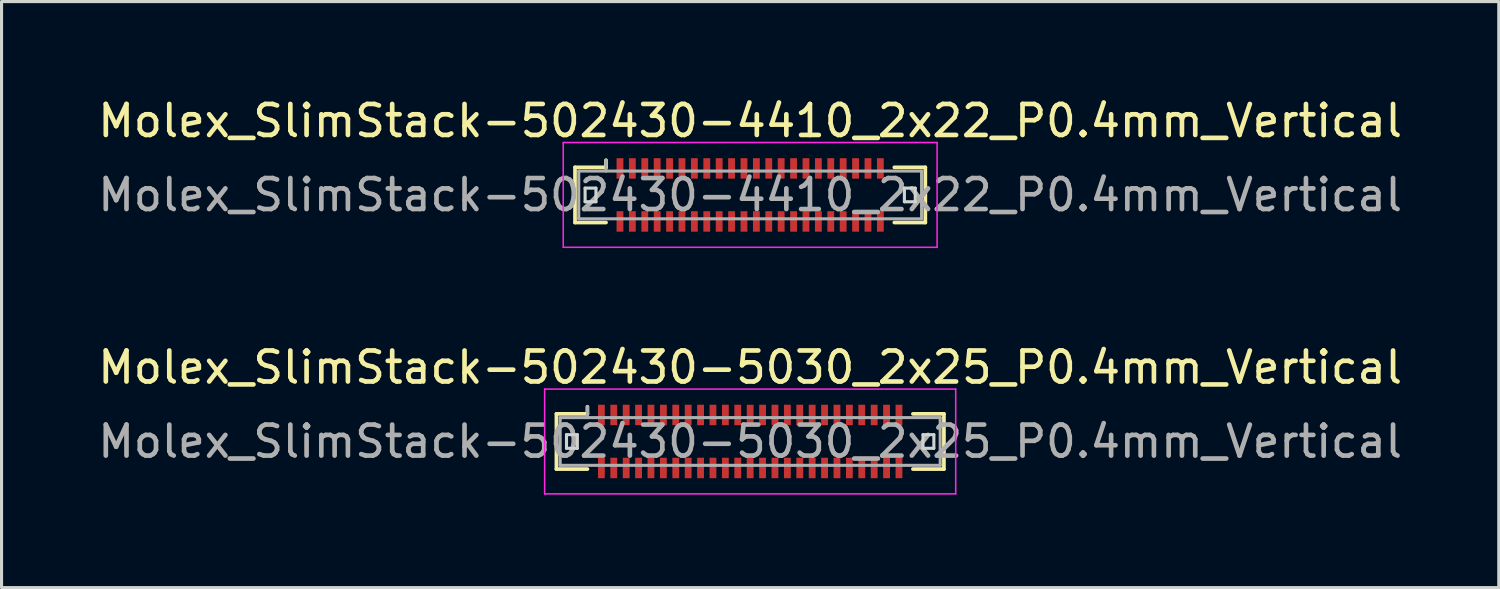
<source format=kicad_pcb>
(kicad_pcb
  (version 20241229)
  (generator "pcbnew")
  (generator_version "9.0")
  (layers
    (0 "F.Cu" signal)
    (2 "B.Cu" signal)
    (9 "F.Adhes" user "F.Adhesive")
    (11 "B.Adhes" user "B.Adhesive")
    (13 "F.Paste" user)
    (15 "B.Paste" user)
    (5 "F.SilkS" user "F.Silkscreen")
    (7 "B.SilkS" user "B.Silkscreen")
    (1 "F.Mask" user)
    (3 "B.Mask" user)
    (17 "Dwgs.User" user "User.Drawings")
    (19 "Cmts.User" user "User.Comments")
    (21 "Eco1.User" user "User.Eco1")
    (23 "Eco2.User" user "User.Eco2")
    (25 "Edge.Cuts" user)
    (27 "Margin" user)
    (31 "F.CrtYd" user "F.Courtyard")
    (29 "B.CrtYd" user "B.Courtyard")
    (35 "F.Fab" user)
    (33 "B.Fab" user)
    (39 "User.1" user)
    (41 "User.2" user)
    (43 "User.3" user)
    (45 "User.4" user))
  (footprint "Molex_SlimStack-502430-4410_2x22_P0.4mm_Vertical"
    (layer "F.Cu")
    (at 21.149 3.238)
    (property "Reference" "Molex_SlimStack-502430-4410_2x22_P0.4mm_Vertical" (at 0 -2.39 0) (layer "F.SilkS") (effects (font (size 1 1) (thickness 0.15))))
    (attr smd)
    (fp_line (start -5.65 -0.89) (end -4.65 -0.89) (stroke (width 0.12) (type solid)) (layer "F.SilkS"))
    (fp_line (start -5.65 0.89) (end -5.65 -0.89) (stroke (width 0.12) (type solid)) (layer "F.SilkS"))
    (fp_line (start -4.65 -0.89) (end -4.65 -1.12) (stroke (width 0.12) (type solid)) (layer "F.SilkS"))
    (fp_line (start -4.65 0.89) (end -5.65 0.89) (stroke (width 0.12) (type solid)) (layer "F.SilkS"))
    (fp_line (start 4.65 0.89) (end 5.65 0.89) (stroke (width 0.12) (type solid)) (layer "F.SilkS"))
    (fp_line (start 5.65 -0.89) (end 4.65 -0.89) (stroke (width 0.12) (type solid)) (layer "F.SilkS"))
    (fp_line (start 5.65 0.89) (end 5.65 -0.89) (stroke (width 0.12) (type solid)) (layer "F.SilkS"))
    (fp_line (start -5.325 -0.22) (end -5.325 0.22) (stroke (width 0.1) (type solid)) (layer "Edge.Cuts"))
    (fp_line (start -5.325 0.22) (end -4.975 0.22) (stroke (width 0.1) (type solid)) (layer "Edge.Cuts"))
    (fp_line (start -4.975 -0.22) (end -5.325 -0.22) (stroke (width 0.1) (type solid)) (layer "Edge.Cuts"))
    (fp_line (start -4.975 0.22) (end -4.975 -0.22) (stroke (width 0.1) (type solid)) (layer "Edge.Cuts"))
    (fp_line (start 4.975 -0.22) (end 4.975 0.22) (stroke (width 0.1) (type solid)) (layer "Edge.Cuts"))
    (fp_line (start 4.975 0.22) (end 5.325 0.22) (stroke (width 0.1) (type solid)) (layer "Edge.Cuts"))
    (fp_line (start 5.325 -0.22) (end 4.975 -0.22) (stroke (width 0.1) (type solid)) (layer "Edge.Cuts"))
    (fp_line (start 5.325 0.22) (end 5.325 -0.22) (stroke (width 0.1) (type solid)) (layer "Edge.Cuts"))
    (fp_line (start -6.03 -1.69) (end -6.03 1.69) (stroke (width 0.05) (type solid)) (layer "F.CrtYd"))
    (fp_line (start -6.03 1.69) (end 6.03 1.69) (stroke (width 0.05) (type solid)) (layer "F.CrtYd"))
    (fp_line (start 6.03 -1.69) (end -6.03 -1.69) (stroke (width 0.05) (type solid)) (layer "F.CrtYd"))
    (fp_line (start 6.03 1.69) (end 6.03 -1.69) (stroke (width 0.05) (type solid)) (layer "F.CrtYd"))
    (fp_line (start -5.53 -0.77) (end -5.53 0.77) (stroke (width 0.1) (type solid)) (layer "F.Fab"))
    (fp_line (start -5.53 0.77) (end 5.53 0.77) (stroke (width 0.1) (type solid)) (layer "F.Fab"))
    (fp_line (start -4.65 -0.77) (end -4.65 -1.12) (stroke (width 0.1) (type solid)) (layer "F.Fab"))
    (fp_line (start 5.53 -0.77) (end -5.53 -0.77) (stroke (width 0.1) (type solid)) (layer "F.Fab"))
    (fp_line (start 5.53 0.77) (end 5.53 -0.77) (stroke (width 0.1) (type solid)) (layer "F.Fab"))
    (fp_text user "${REFERENCE}" (at 0 0 0) (layer "F.Fab") (effects (font (size 1 1) (thickness 0.15))))
    (pad "1" smd rect (at -4.2 -0.855) (size 0.22 0.66) (layers "F.Cu" "F.Mask" "F.Paste"))
    (pad "2" smd rect (at -4.2 0.855) (size 0.22 0.66) (layers "F.Cu" "F.Mask" "F.Paste"))
    (pad "3" smd rect (at -3.8 -0.855) (size 0.22 0.66) (layers "F.Cu" "F.Mask" "F.Paste"))
    (pad "4" smd rect (at -3.8 0.855) (size 0.22 0.66) (layers "F.Cu" "F.Mask" "F.Paste"))
    (pad "5" smd rect (at -3.4 -0.855) (size 0.22 0.66) (layers "F.Cu" "F.Mask" "F.Paste"))
    (pad "6" smd rect (at -3.4 0.855) (size 0.22 0.66) (layers "F.Cu" "F.Mask" "F.Paste"))
    (pad "7" smd rect (at -3 -0.855) (size 0.22 0.66) (layers "F.Cu" "F.Mask" "F.Paste"))
    (pad "8" smd rect (at -3 0.855) (size 0.22 0.66) (layers "F.Cu" "F.Mask" "F.Paste"))
    (pad "9" smd rect (at -2.6 -0.855) (size 0.22 0.66) (layers "F.Cu" "F.Mask" "F.Paste"))
    (pad "10" smd rect (at -2.6 0.855) (size 0.22 0.66) (layers "F.Cu" "F.Mask" "F.Paste"))
    (pad "11" smd rect (at -2.2 -0.855) (size 0.22 0.66) (layers "F.Cu" "F.Mask" "F.Paste"))
    (pad "12" smd rect (at -2.2 0.855) (size 0.22 0.66) (layers "F.Cu" "F.Mask" "F.Paste"))
    (pad "13" smd rect (at -1.8 -0.855) (size 0.22 0.66) (layers "F.Cu" "F.Mask" "F.Paste"))
    (pad "14" smd rect (at -1.8 0.855) (size 0.22 0.66) (layers "F.Cu" "F.Mask" "F.Paste"))
    (pad "15" smd rect (at -1.4 -0.855) (size 0.22 0.66) (layers "F.Cu" "F.Mask" "F.Paste"))
    (pad "16" smd rect (at -1.4 0.855) (size 0.22 0.66) (layers "F.Cu" "F.Mask" "F.Paste"))
    (pad "17" smd rect (at -1 -0.855) (size 0.22 0.66) (layers "F.Cu" "F.Mask" "F.Paste"))
    (pad "18" smd rect (at -1 0.855) (size 0.22 0.66) (layers "F.Cu" "F.Mask" "F.Paste"))
    (pad "19" smd rect (at -0.6 -0.855) (size 0.22 0.66) (layers "F.Cu" "F.Mask" "F.Paste"))
    (pad "20" smd rect (at -0.6 0.855) (size 0.22 0.66) (layers "F.Cu" "F.Mask" "F.Paste"))
    (pad "21" smd rect (at -0.2 -0.855) (size 0.22 0.66) (layers "F.Cu" "F.Mask" "F.Paste"))
    (pad "22" smd rect (at -0.2 0.855) (size 0.22 0.66) (layers "F.Cu" "F.Mask" "F.Paste"))
    (pad "23" smd rect (at 0.2 -0.855) (size 0.22 0.66) (layers "F.Cu" "F.Mask" "F.Paste"))
    (pad "24" smd rect (at 0.2 0.855) (size 0.22 0.66) (layers "F.Cu" "F.Mask" "F.Paste"))
    (pad "25" smd rect (at 0.6 -0.855) (size 0.22 0.66) (layers "F.Cu" "F.Mask" "F.Paste"))
    (pad "26" smd rect (at 0.6 0.855) (size 0.22 0.66) (layers "F.Cu" "F.Mask" "F.Paste"))
    (pad "27" smd rect (at 1 -0.855) (size 0.22 0.66) (layers "F.Cu" "F.Mask" "F.Paste"))
    (pad "28" smd rect (at 1 0.855) (size 0.22 0.66) (layers "F.Cu" "F.Mask" "F.Paste"))
    (pad "29" smd rect (at 1.4 -0.855) (size 0.22 0.66) (layers "F.Cu" "F.Mask" "F.Paste"))
    (pad "30" smd rect (at 1.4 0.855) (size 0.22 0.66) (layers "F.Cu" "F.Mask" "F.Paste"))
    (pad "31" smd rect (at 1.8 -0.855) (size 0.22 0.66) (layers "F.Cu" "F.Mask" "F.Paste"))
    (pad "32" smd rect (at 1.8 0.855) (size 0.22 0.66) (layers "F.Cu" "F.Mask" "F.Paste"))
    (pad "33" smd rect (at 2.2 -0.855) (size 0.22 0.66) (layers "F.Cu" "F.Mask" "F.Paste"))
    (pad "34" smd rect (at 2.2 0.855) (size 0.22 0.66) (layers "F.Cu" "F.Mask" "F.Paste"))
    (pad "35" smd rect (at 2.6 -0.855) (size 0.22 0.66) (layers "F.Cu" "F.Mask" "F.Paste"))
    (pad "36" smd rect (at 2.6 0.855) (size 0.22 0.66) (layers "F.Cu" "F.Mask" "F.Paste"))
    (pad "37" smd rect (at 3 -0.855) (size 0.22 0.66) (layers "F.Cu" "F.Mask" "F.Paste"))
    (pad "38" smd rect (at 3 0.855) (size 0.22 0.66) (layers "F.Cu" "F.Mask" "F.Paste"))
    (pad "39" smd rect (at 3.4 -0.855) (size 0.22 0.66) (layers "F.Cu" "F.Mask" "F.Paste"))
    (pad "40" smd rect (at 3.4 0.855) (size 0.22 0.66) (layers "F.Cu" "F.Mask" "F.Paste"))
    (pad "41" smd rect (at 3.8 -0.855) (size 0.22 0.66) (layers "F.Cu" "F.Mask" "F.Paste"))
    (pad "42" smd rect (at 3.8 0.855) (size 0.22 0.66) (layers "F.Cu" "F.Mask" "F.Paste"))
    (pad "43" smd rect (at 4.2 -0.855) (size 0.22 0.66) (layers "F.Cu" "F.Mask" "F.Paste"))
    (pad "44" smd rect (at 4.2 0.855) (size 0.22 0.66) (layers "F.Cu" "F.Mask" "F.Paste")))
  (footprint "Molex_SlimStack-502430-5030_2x25_P0.4mm_Vertical"
    (layer "F.Cu")
    (at 21.149 11.191)
    (property "Reference" "Molex_SlimStack-502430-5030_2x25_P0.4mm_Vertical" (at 0 -2.39 0) (layer "F.SilkS") (effects (font (size 1 1) (thickness 0.15))))
    (attr smd)
    (fp_line (start -6.25 -0.89) (end -5.25 -0.89) (stroke (width 0.12) (type solid)) (layer "F.SilkS"))
    (fp_line (start -6.25 0.89) (end -6.25 -0.89) (stroke (width 0.12) (type solid)) (layer "F.SilkS"))
    (fp_line (start -5.25 -0.89) (end -5.25 -1.12) (stroke (width 0.12) (type solid)) (layer "F.SilkS"))
    (fp_line (start -5.25 0.89) (end -6.25 0.89) (stroke (width 0.12) (type solid)) (layer "F.SilkS"))
    (fp_line (start 5.25 0.89) (end 6.25 0.89) (stroke (width 0.12) (type solid)) (layer "F.SilkS"))
    (fp_line (start 6.25 -0.89) (end 5.25 -0.89) (stroke (width 0.12) (type solid)) (layer "F.SilkS"))
    (fp_line (start 6.25 0.89) (end 6.25 -0.89) (stroke (width 0.12) (type solid)) (layer "F.SilkS"))
    (fp_line (start -5.925 -0.22) (end -5.925 0.22) (stroke (width 0.1) (type solid)) (layer "Edge.Cuts"))
    (fp_line (start -5.925 0.22) (end -5.575 0.22) (stroke (width 0.1) (type solid)) (layer "Edge.Cuts"))
    (fp_line (start -5.575 -0.22) (end -5.925 -0.22) (stroke (width 0.1) (type solid)) (layer "Edge.Cuts"))
    (fp_line (start -5.575 0.22) (end -5.575 -0.22) (stroke (width 0.1) (type solid)) (layer "Edge.Cuts"))
    (fp_line (start 5.575 -0.22) (end 5.575 0.22) (stroke (width 0.1) (type solid)) (layer "Edge.Cuts"))
    (fp_line (start 5.575 0.22) (end 5.925 0.22) (stroke (width 0.1) (type solid)) (layer "Edge.Cuts"))
    (fp_line (start 5.925 -0.22) (end 5.575 -0.22) (stroke (width 0.1) (type solid)) (layer "Edge.Cuts"))
    (fp_line (start 5.925 0.22) (end 5.925 -0.22) (stroke (width 0.1) (type solid)) (layer "Edge.Cuts"))
    (fp_line (start -6.63 -1.69) (end -6.63 1.69) (stroke (width 0.05) (type solid)) (layer "F.CrtYd"))
    (fp_line (start -6.63 1.69) (end 6.63 1.69) (stroke (width 0.05) (type solid)) (layer "F.CrtYd"))
    (fp_line (start 6.63 -1.69) (end -6.63 -1.69) (stroke (width 0.05) (type solid)) (layer "F.CrtYd"))
    (fp_line (start 6.63 1.69) (end 6.63 -1.69) (stroke (width 0.05) (type solid)) (layer "F.CrtYd"))
    (fp_line (start -6.13 -0.77) (end -6.13 0.77) (stroke (width 0.1) (type solid)) (layer "F.Fab"))
    (fp_line (start -6.13 0.77) (end 6.13 0.77) (stroke (width 0.1) (type solid)) (layer "F.Fab"))
    (fp_line (start -5.25 -0.77) (end -5.25 -1.12) (stroke (width 0.1) (type solid)) (layer "F.Fab"))
    (fp_line (start 6.13 -0.77) (end -6.13 -0.77) (stroke (width 0.1) (type solid)) (layer "F.Fab"))
    (fp_line (start 6.13 0.77) (end 6.13 -0.77) (stroke (width 0.1) (type solid)) (layer "F.Fab"))
    (fp_text user "${REFERENCE}" (at 0 0 0) (layer "F.Fab") (effects (font (size 1 1) (thickness 0.15))))
    (pad "1" smd rect (at -4.8 -0.855) (size 0.22 0.66) (layers "F.Cu" "F.Mask" "F.Paste"))
    (pad "2" smd rect (at -4.8 0.855) (size 0.22 0.66) (layers "F.Cu" "F.Mask" "F.Paste"))
    (pad "3" smd rect (at -4.4 -0.855) (size 0.22 0.66) (layers "F.Cu" "F.Mask" "F.Paste"))
    (pad "4" smd rect (at -4.4 0.855) (size 0.22 0.66) (layers "F.Cu" "F.Mask" "F.Paste"))
    (pad "5" smd rect (at -4 -0.855) (size 0.22 0.66) (layers "F.Cu" "F.Mask" "F.Paste"))
    (pad "6" smd rect (at -4 0.855) (size 0.22 0.66) (layers "F.Cu" "F.Mask" "F.Paste"))
    (pad "7" smd rect (at -3.6 -0.855) (size 0.22 0.66) (layers "F.Cu" "F.Mask" "F.Paste"))
    (pad "8" smd rect (at -3.6 0.855) (size 0.22 0.66) (layers "F.Cu" "F.Mask" "F.Paste"))
    (pad "9" smd rect (at -3.2 -0.855) (size 0.22 0.66) (layers "F.Cu" "F.Mask" "F.Paste"))
    (pad "10" smd rect (at -3.2 0.855) (size 0.22 0.66) (layers "F.Cu" "F.Mask" "F.Paste"))
    (pad "11" smd rect (at -2.8 -0.855) (size 0.22 0.66) (layers "F.Cu" "F.Mask" "F.Paste"))
    (pad "12" smd rect (at -2.8 0.855) (size 0.22 0.66) (layers "F.Cu" "F.Mask" "F.Paste"))
    (pad "13" smd rect (at -2.4 -0.855) (size 0.22 0.66) (layers "F.Cu" "F.Mask" "F.Paste"))
    (pad "14" smd rect (at -2.4 0.855) (size 0.22 0.66) (layers "F.Cu" "F.Mask" "F.Paste"))
    (pad "15" smd rect (at -2 -0.855) (size 0.22 0.66) (layers "F.Cu" "F.Mask" "F.Paste"))
    (pad "16" smd rect (at -2 0.855) (size 0.22 0.66) (layers "F.Cu" "F.Mask" "F.Paste"))
    (pad "17" smd rect (at -1.6 -0.855) (size 0.22 0.66) (layers "F.Cu" "F.Mask" "F.Paste"))
    (pad "18" smd rect (at -1.6 0.855) (size 0.22 0.66) (layers "F.Cu" "F.Mask" "F.Paste"))
    (pad "19" smd rect (at -1.2 -0.855) (size 0.22 0.66) (layers "F.Cu" "F.Mask" "F.Paste"))
    (pad "20" smd rect (at -1.2 0.855) (size 0.22 0.66) (layers "F.Cu" "F.Mask" "F.Paste"))
    (pad "21" smd rect (at -0.8 -0.855) (size 0.22 0.66) (layers "F.Cu" "F.Mask" "F.Paste"))
    (pad "22" smd rect (at -0.8 0.855) (size 0.22 0.66) (layers "F.Cu" "F.Mask" "F.Paste"))
    (pad "23" smd rect (at -0.4 -0.855) (size 0.22 0.66) (layers "F.Cu" "F.Mask" "F.Paste"))
    (pad "24" smd rect (at -0.4 0.855) (size 0.22 0.66) (layers "F.Cu" "F.Mask" "F.Paste"))
    (pad "25" smd rect (at 0 -0.855) (size 0.22 0.66) (layers "F.Cu" "F.Mask" "F.Paste"))
    (pad "26" smd rect (at 0 0.855) (size 0.22 0.66) (layers "F.Cu" "F.Mask" "F.Paste"))
    (pad "27" smd rect (at 0.4 -0.855) (size 0.22 0.66) (layers "F.Cu" "F.Mask" "F.Paste"))
    (pad "28" smd rect (at 0.4 0.855) (size 0.22 0.66) (layers "F.Cu" "F.Mask" "F.Paste"))
    (pad "29" smd rect (at 0.8 -0.855) (size 0.22 0.66) (layers "F.Cu" "F.Mask" "F.Paste"))
    (pad "30" smd rect (at 0.8 0.855) (size 0.22 0.66) (layers "F.Cu" "F.Mask" "F.Paste"))
    (pad "31" smd rect (at 1.2 -0.855) (size 0.22 0.66) (layers "F.Cu" "F.Mask" "F.Paste"))
    (pad "32" smd rect (at 1.2 0.855) (size 0.22 0.66) (layers "F.Cu" "F.Mask" "F.Paste"))
    (pad "33" smd rect (at 1.6 -0.855) (size 0.22 0.66) (layers "F.Cu" "F.Mask" "F.Paste"))
    (pad "34" smd rect (at 1.6 0.855) (size 0.22 0.66) (layers "F.Cu" "F.Mask" "F.Paste"))
    (pad "35" smd rect (at 2 -0.855) (size 0.22 0.66) (layers "F.Cu" "F.Mask" "F.Paste"))
    (pad "36" smd rect (at 2 0.855) (size 0.22 0.66) (layers "F.Cu" "F.Mask" "F.Paste"))
    (pad "37" smd rect (at 2.4 -0.855) (size 0.22 0.66) (layers "F.Cu" "F.Mask" "F.Paste"))
    (pad "38" smd rect (at 2.4 0.855) (size 0.22 0.66) (layers "F.Cu" "F.Mask" "F.Paste"))
    (pad "39" smd rect (at 2.8 -0.855) (size 0.22 0.66) (layers "F.Cu" "F.Mask" "F.Paste"))
    (pad "40" smd rect (at 2.8 0.855) (size 0.22 0.66) (layers "F.Cu" "F.Mask" "F.Paste"))
    (pad "41" smd rect (at 3.2 -0.855) (size 0.22 0.66) (layers "F.Cu" "F.Mask" "F.Paste"))
    (pad "42" smd rect (at 3.2 0.855) (size 0.22 0.66) (layers "F.Cu" "F.Mask" "F.Paste"))
    (pad "43" smd rect (at 3.6 -0.855) (size 0.22 0.66) (layers "F.Cu" "F.Mask" "F.Paste"))
    (pad "44" smd rect (at 3.6 0.855) (size 0.22 0.66) (layers "F.Cu" "F.Mask" "F.Paste"))
    (pad "45" smd rect (at 4 -0.855) (size 0.22 0.66) (layers "F.Cu" "F.Mask" "F.Paste"))
    (pad "46" smd rect (at 4 0.855) (size 0.22 0.66) (layers "F.Cu" "F.Mask" "F.Paste"))
    (pad "47" smd rect (at 4.4 -0.855) (size 0.22 0.66) (layers "F.Cu" "F.Mask" "F.Paste"))
    (pad "48" smd rect (at 4.4 0.855) (size 0.22 0.66) (layers "F.Cu" "F.Mask" "F.Paste"))
    (pad "49" smd rect (at 4.8 -0.855) (size 0.22 0.66) (layers "F.Cu" "F.Mask" "F.Paste"))
    (pad "50" smd rect (at 4.8 0.855) (size 0.22 0.66) (layers "F.Cu" "F.Mask" "F.Paste")))
  (gr_rect
    (start -3 -3)
    (end 45.298 15.906)
    (stroke (width 0.1) (type default))
    (fill no)
    (layer "Edge.Cuts")))
</source>
